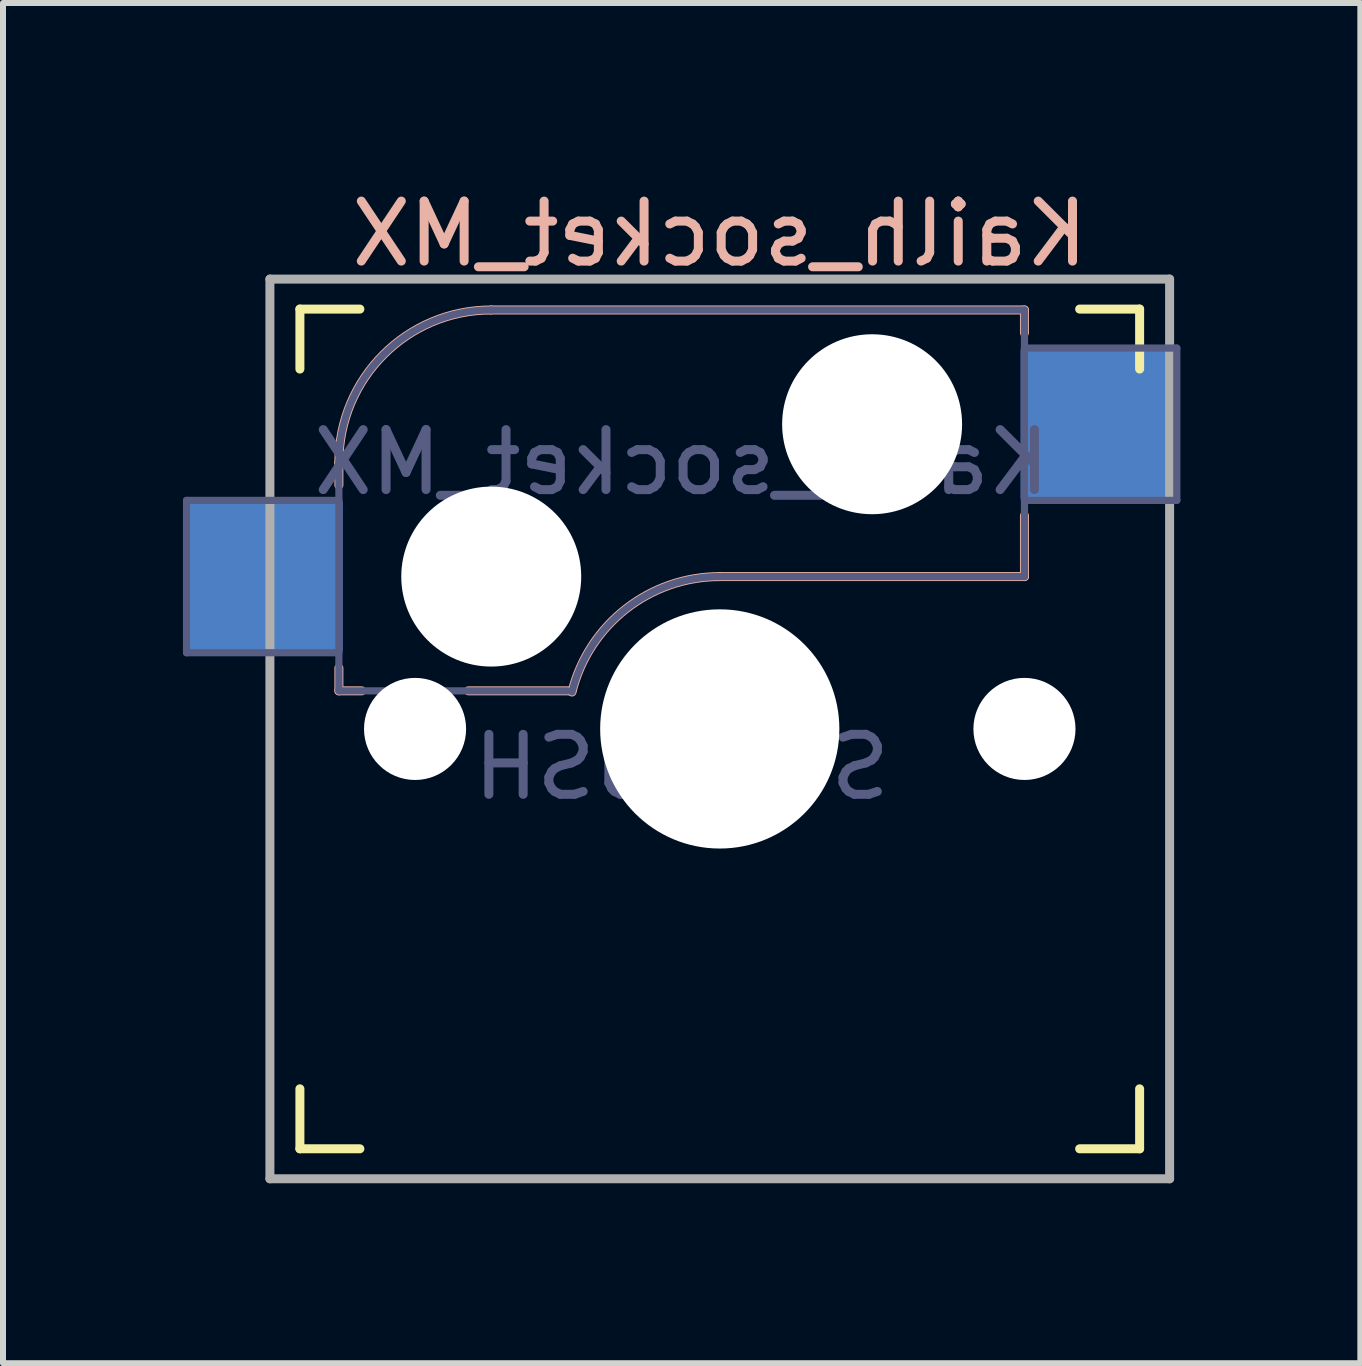
<source format=kicad_pcb>
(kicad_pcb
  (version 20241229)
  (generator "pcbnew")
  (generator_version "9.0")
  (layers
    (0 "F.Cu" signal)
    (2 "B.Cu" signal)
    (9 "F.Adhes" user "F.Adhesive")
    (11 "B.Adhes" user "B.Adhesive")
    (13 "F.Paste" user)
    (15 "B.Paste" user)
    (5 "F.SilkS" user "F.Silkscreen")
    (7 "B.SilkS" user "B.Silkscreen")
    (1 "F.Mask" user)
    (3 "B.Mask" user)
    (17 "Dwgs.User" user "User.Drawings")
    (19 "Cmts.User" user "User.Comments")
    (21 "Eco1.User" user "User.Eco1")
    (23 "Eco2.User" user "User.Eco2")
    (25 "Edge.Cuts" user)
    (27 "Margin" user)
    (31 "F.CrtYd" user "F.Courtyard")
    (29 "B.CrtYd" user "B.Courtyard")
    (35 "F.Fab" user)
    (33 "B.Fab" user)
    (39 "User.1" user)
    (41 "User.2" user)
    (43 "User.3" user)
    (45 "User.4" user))
  (footprint "Kailh_socket_MX"
    (layer "F.Cu")
    (at 8.95 9.103)
    (property "Reference" "Kailh_socket_MX" (at 0 -8.255 0) (layer "B.SilkS") (effects (font (size 1 1) (thickness 0.15)) (justify mirror)))
    (property "Value" "SW_PUSH" (at 0 8.255 0) (layer "F.Fab") (hide yes) (effects (font (size 1 1) (thickness 0.15))))
    (attr smd)
    (fp_line (start -7 -6) (end -7 -7) (stroke (width 0.15) (type solid)) (layer "F.SilkS"))
    (fp_line (start -7 7) (end -7 6) (stroke (width 0.15) (type solid)) (layer "F.SilkS"))
    (fp_line (start -7 7) (end -6 7) (stroke (width 0.15) (type solid)) (layer "F.SilkS"))
    (fp_line (start -6 -7) (end -7 -7) (stroke (width 0.15) (type solid)) (layer "F.SilkS"))
    (fp_line (start 6 7) (end 7 7) (stroke (width 0.15) (type solid)) (layer "F.SilkS"))
    (fp_line (start 7 -7) (end 6 -7) (stroke (width 0.15) (type solid)) (layer "F.SilkS"))
    (fp_line (start 7 -7) (end 7 -6) (stroke (width 0.15) (type solid)) (layer "F.SilkS"))
    (fp_line (start 7 6) (end 7 7) (stroke (width 0.15) (type solid)) (layer "F.SilkS"))
    (fp_line (start -6.35 -4.445) (end -6.35 -4.064) (stroke (width 0.15) (type solid)) (layer "B.SilkS"))
    (fp_line (start -6.35 -1.016) (end -6.35 -0.635) (stroke (width 0.15) (type solid)) (layer "B.SilkS"))
    (fp_line (start -5.969 -0.635) (end -6.35 -0.635) (stroke (width 0.15) (type solid)) (layer "B.SilkS"))
    (fp_line (start -3.81 -6.985) (end 5.08 -6.985) (stroke (width 0.15) (type solid)) (layer "B.SilkS"))
    (fp_line (start -2.464 -0.635) (end -4.191 -0.635) (stroke (width 0.15) (type solid)) (layer "B.SilkS"))
    (fp_line (start 5.08 -6.985) (end 5.08 -6.604) (stroke (width 0.15) (type solid)) (layer "B.SilkS"))
    (fp_line (start 5.08 -3.556) (end 5.08 -2.54) (stroke (width 0.15) (type solid)) (layer "B.SilkS"))
    (fp_line (start 5.08 -2.54) (end 0 -2.54) (stroke (width 0.15) (type solid)) (layer "B.SilkS"))
    (fp_arc (start -6.35 -4.445) (mid -5.606051 -6.241051) (end -3.81 -6.985) (stroke (width 0.15) (type solid)) (layer "B.SilkS"))
    (fp_arc (start -2.464162 -0.61604) (mid -1.563147 -2.002042) (end 0 -2.54) (stroke (width 0.15) (type solid)) (layer "B.SilkS"))
    (fp_line (start -6.9 6.9) (end -6.9 -6.9) (stroke (width 0.15) (type solid)) (layer "Eco2.User"))
    (fp_line (start -6.9 6.9) (end 6.9 6.9) (stroke (width 0.15) (type solid)) (layer "Eco2.User"))
    (fp_line (start 6.9 -6.9) (end -6.9 -6.9) (stroke (width 0.15) (type solid)) (layer "Eco2.User"))
    (fp_line (start 6.9 -6.9) (end 6.9 6.9) (stroke (width 0.15) (type solid)) (layer "Eco2.User"))
    (fp_line (start -8.89 -3.81) (end -6.35 -3.81) (stroke (width 0.12) (type solid)) (layer "B.Fab"))
    (fp_line (start -8.89 -1.27) (end -8.89 -3.81) (stroke (width 0.12) (type solid)) (layer "B.Fab"))
    (fp_line (start -6.35 -1.27) (end -8.89 -1.27) (stroke (width 0.12) (type solid)) (layer "B.Fab"))
    (fp_line (start -6.35 -0.635) (end -6.35 -4.445) (stroke (width 0.12) (type solid)) (layer "B.Fab"))
    (fp_line (start -6.35 -0.635) (end -2.54 -0.635) (stroke (width 0.12) (type solid)) (layer "B.Fab"))
    (fp_line (start -3.81 -6.985) (end 5.08 -6.985) (stroke (width 0.12) (type solid)) (layer "B.Fab"))
    (fp_line (start 5.08 -6.985) (end 5.08 -2.54) (stroke (width 0.12) (type solid)) (layer "B.Fab"))
    (fp_line (start 5.08 -6.35) (end 7.62 -6.35) (stroke (width 0.12) (type solid)) (layer "B.Fab"))
    (fp_line (start 5.08 -2.54) (end 0 -2.54) (stroke (width 0.12) (type solid)) (layer "B.Fab"))
    (fp_line (start 7.62 -6.35) (end 7.62 -3.81) (stroke (width 0.12) (type solid)) (layer "B.Fab"))
    (fp_line (start 7.62 -3.81) (end 5.08 -3.81) (stroke (width 0.12) (type solid)) (layer "B.Fab"))
    (fp_arc (start -6.35 -4.445) (mid -5.606051 -6.241051) (end -3.81 -6.985) (stroke (width 0.12) (type solid)) (layer "B.Fab"))
    (fp_arc (start -2.464162 -0.61604) (mid -1.563147 -2.002042) (end 0 -2.54) (stroke (width 0.12) (type solid)) (layer "B.Fab"))
    (fp_line (start -7.5 -7.5) (end 7.5 -7.5) (stroke (width 0.15) (type solid)) (layer "F.Fab"))
    (fp_line (start -7.5 7.5) (end -7.5 -7.5) (stroke (width 0.15) (type solid)) (layer "F.Fab"))
    (fp_line (start 7.5 -7.5) (end 7.5 7.5) (stroke (width 0.15) (type solid)) (layer "F.Fab"))
    (fp_line (start 7.5 7.5) (end -7.5 7.5) (stroke (width 0.15) (type solid)) (layer "F.Fab"))
    (fp_text user "${VALUE}" (at -0.635 0.635 0) (layer "B.Fab") (effects (font (size 1 1) (thickness 0.15)) (justify mirror)))
    (fp_text user "${REFERENCE}" (at -0.635 -4.445 0) (layer "B.Fab") (effects (font (size 1 1) (thickness 0.15)) (justify mirror)))
    (pad "" np_thru_hole circle (at -5.08 0) (size 1.702 1.702) (drill 1.702) (layers "*.Cu" "*.Mask"))
    (pad "" np_thru_hole circle (at -3.81 -2.54) (size 3 3) (drill 3) (layers "*.Cu" "*.Mask"))
    (pad "" np_thru_hole circle (at 0 0) (size 3.988 3.988) (drill 3.988) (layers "*.Cu" "*.Mask"))
    (pad "" np_thru_hole circle (at 2.54 -5.08) (size 3 3) (drill 3) (layers "*.Cu" "*.Mask"))
    (pad "" np_thru_hole circle (at 5.08 0) (size 1.702 1.702) (drill 1.702) (layers "*.Cu" "*.Mask"))
    (pad "1" smd rect (at 6.29 -5.08) (size 2.55 2.5) (layers "B.Cu" "B.Mask" "B.Paste"))
    (pad "2" smd rect (at -7.56 -2.54) (size 2.55 2.5) (layers "B.Cu" "B.Mask" "B.Paste")))
  (gr_rect
    (start -3 -3)
    (end 19.63 19.678)
    (stroke (width 0.1) (type default))
    (fill no)
    (layer "Edge.Cuts")))
</source>
